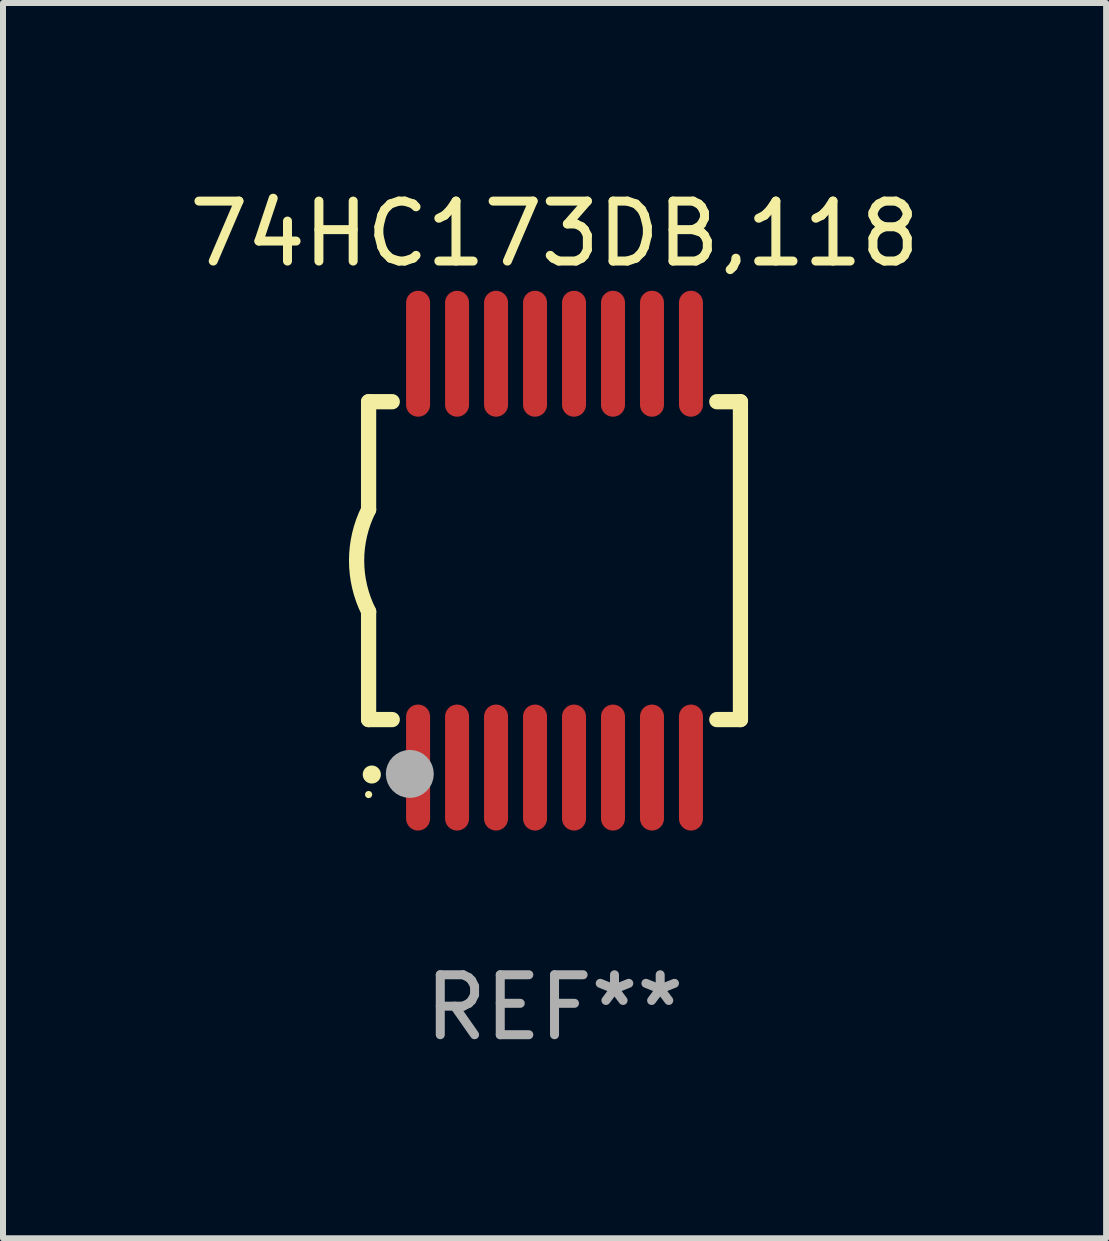
<source format=kicad_pcb>
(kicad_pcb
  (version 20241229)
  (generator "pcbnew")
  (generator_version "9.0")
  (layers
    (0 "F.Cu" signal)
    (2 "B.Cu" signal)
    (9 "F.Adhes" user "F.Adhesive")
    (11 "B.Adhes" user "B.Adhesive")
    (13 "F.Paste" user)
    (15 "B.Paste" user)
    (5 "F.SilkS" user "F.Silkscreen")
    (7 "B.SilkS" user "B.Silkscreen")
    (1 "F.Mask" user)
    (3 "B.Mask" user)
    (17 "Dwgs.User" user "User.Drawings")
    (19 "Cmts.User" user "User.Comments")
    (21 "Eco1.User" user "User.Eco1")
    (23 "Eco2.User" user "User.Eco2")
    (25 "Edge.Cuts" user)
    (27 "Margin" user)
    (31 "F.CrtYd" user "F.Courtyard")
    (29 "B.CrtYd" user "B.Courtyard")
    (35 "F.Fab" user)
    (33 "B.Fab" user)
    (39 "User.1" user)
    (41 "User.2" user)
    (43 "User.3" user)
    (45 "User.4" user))
  (footprint "74HC173DB,118"
    (layer "F.Cu")
    (at 6.196 6.298)
    (property "Reference" "74HC173DB,118" (at 0 -5.45 0) (layer "F.SilkS") (effects (font (size 1 1) (thickness 0.15))))
    (attr through_hole)
    (fp_line (start -3.1 -2.65) (end -3.1 -0.85) (stroke (width 0.254) (type solid)) (layer "F.SilkS"))
    (fp_line (start -3.1 -2.65) (end -2.706 -2.65) (stroke (width 0.254) (type solid)) (layer "F.SilkS"))
    (fp_line (start -3.1 2.65) (end -3.1 0.85) (stroke (width 0.254) (type solid)) (layer "F.SilkS"))
    (fp_line (start -3.1 2.65) (end -2.706 2.65) (stroke (width 0.254) (type solid)) (layer "F.SilkS"))
    (fp_line (start 2.706 -2.65) (end 3.1 -2.65) (stroke (width 0.254) (type solid)) (layer "F.SilkS"))
    (fp_line (start 2.706 2.65) (end 3.1 2.65) (stroke (width 0.254) (type solid)) (layer "F.SilkS"))
    (fp_line (start 3.1 -2.65) (end 3.1 2.65) (stroke (width 0.254) (type solid)) (layer "F.SilkS"))
    (fp_arc (start -3.098907 0.850902) (mid -3.300057 0.000523) (end -3.1 -0.850114) (stroke (width 0.254001) (type solid)) (layer "F.SilkS"))
    (fp_arc (start -3.048006 3.566066) (mid -3.046736 3.566061) (end -3.045466 3.566066) (stroke (width 0.3) (type solid)) (layer "F.SilkS"))
    (fp_circle (center -3.1 3.9) (end -3.07 3.9) (stroke (width 0.06) (type solid)) (fill no) (layer "F.SilkS"))
    (fp_circle (center -2.413 3.556) (end -2.213 3.556) (stroke (width 0.4) (type solid)) (fill no) (layer "F.Fab"))
    (fp_text user "REF**" (at 0 7.45 0) (layer "F.Fab") (effects (font (size 1 1) (thickness 0.15))))
    (pad "1" smd oval (at -2.275 3.45 180) (size 0.4 2.1) (layers "F.Cu" "F.Mask" "F.Paste"))
    (pad "2" smd oval (at -1.625 3.45 180) (size 0.4 2.1) (layers "F.Cu" "F.Mask" "F.Paste"))
    (pad "3" smd oval (at -0.975 3.45 180) (size 0.4 2.1) (layers "F.Cu" "F.Mask" "F.Paste"))
    (pad "4" smd oval (at -0.325 3.45 180) (size 0.4 2.1) (layers "F.Cu" "F.Mask" "F.Paste"))
    (pad "5" smd oval (at 0.325 3.45 180) (size 0.4 2.1) (layers "F.Cu" "F.Mask" "F.Paste"))
    (pad "6" smd oval (at 0.975 3.45 180) (size 0.4 2.1) (layers "F.Cu" "F.Mask" "F.Paste"))
    (pad "7" smd oval (at 1.625 3.45 180) (size 0.4 2.1) (layers "F.Cu" "F.Mask" "F.Paste"))
    (pad "8" smd oval (at 2.275 3.45 180) (size 0.4 2.1) (layers "F.Cu" "F.Mask" "F.Paste"))
    (pad "9" smd oval (at 2.275 -3.45 180) (size 0.4 2.1) (layers "F.Cu" "F.Mask" "F.Paste"))
    (pad "10" smd oval (at 1.625 -3.45 180) (size 0.4 2.1) (layers "F.Cu" "F.Mask" "F.Paste"))
    (pad "11" smd oval (at 0.975 -3.45 180) (size 0.4 2.1) (layers "F.Cu" "F.Mask" "F.Paste"))
    (pad "12" smd oval (at 0.325 -3.45 180) (size 0.4 2.1) (layers "F.Cu" "F.Mask" "F.Paste"))
    (pad "13" smd oval (at -0.325 -3.45 180) (size 0.4 2.1) (layers "F.Cu" "F.Mask" "F.Paste"))
    (pad "14" smd oval (at -0.975 -3.45 180) (size 0.4 2.1) (layers "F.Cu" "F.Mask" "F.Paste"))
    (pad "15" smd oval (at -1.625 -3.45 180) (size 0.4 2.1) (layers "F.Cu" "F.Mask" "F.Paste"))
    (pad "16" smd oval (at -2.275 -3.45 180) (size 0.4 2.1) (layers "F.Cu" "F.Mask" "F.Paste")))
  (gr_rect
    (start -3 -3)
    (end 15.393 17.597)
    (stroke (width 0.1) (type default))
    (fill no)
    (layer "Edge.Cuts")))
</source>
